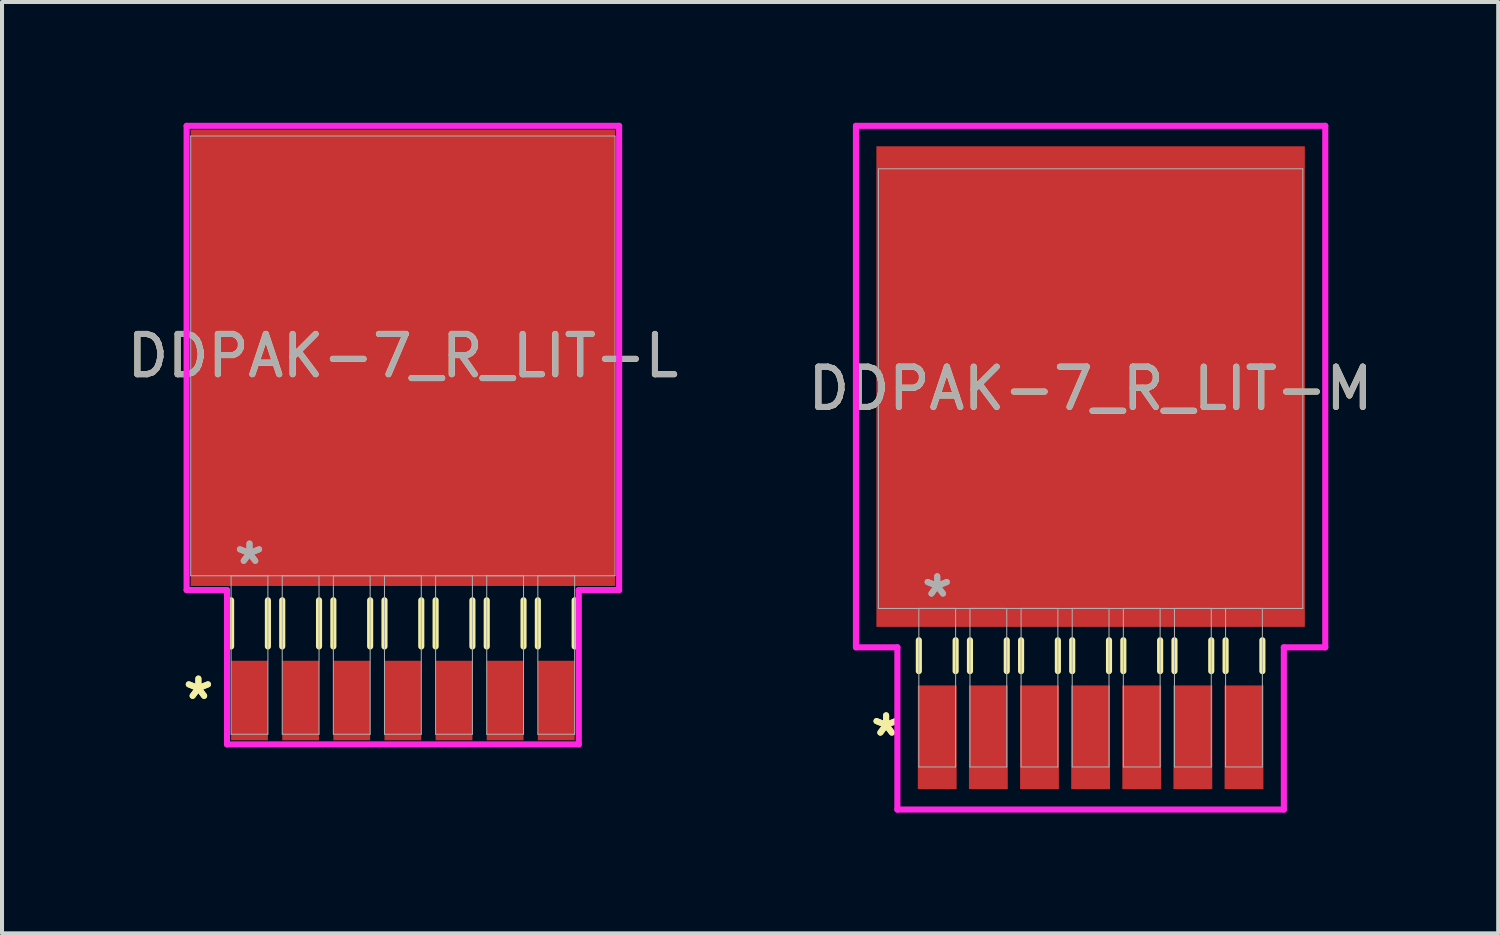
<source format=kicad_pcb>
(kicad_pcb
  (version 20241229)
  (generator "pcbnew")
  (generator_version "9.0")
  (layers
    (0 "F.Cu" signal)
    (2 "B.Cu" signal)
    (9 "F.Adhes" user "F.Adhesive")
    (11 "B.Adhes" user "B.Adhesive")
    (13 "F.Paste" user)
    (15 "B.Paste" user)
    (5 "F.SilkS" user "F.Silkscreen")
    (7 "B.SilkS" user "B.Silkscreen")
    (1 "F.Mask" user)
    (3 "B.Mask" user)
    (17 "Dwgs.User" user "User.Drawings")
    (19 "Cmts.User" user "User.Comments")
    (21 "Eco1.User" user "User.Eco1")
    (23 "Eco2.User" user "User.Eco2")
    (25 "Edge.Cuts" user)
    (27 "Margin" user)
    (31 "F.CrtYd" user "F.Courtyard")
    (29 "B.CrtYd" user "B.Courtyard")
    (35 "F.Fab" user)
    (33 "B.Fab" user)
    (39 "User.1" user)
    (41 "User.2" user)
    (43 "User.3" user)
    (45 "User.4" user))
  (footprint "DDPAK-7_R_LIT-L"
    (layer "F.Cu")
    (at 6.958 5.791)
    (property "Reference" "DDPAK-7_R_LIT-L" (at 0 0 0) (unlocked yes) (layer "F.SilkS") (effects (font (size 1 1) (thickness 0.15))))
    (attr smd)
    (fp_line (start -4.267 6.071) (end -4.267 7.218) (stroke (width 0.152) (type solid)) (layer "F.SilkS"))
    (fp_line (start -3.353 6.071) (end -3.353 7.218) (stroke (width 0.152) (type solid)) (layer "F.SilkS"))
    (fp_line (start -2.997 6.071) (end -2.997 7.218) (stroke (width 0.152) (type solid)) (layer "F.SilkS"))
    (fp_line (start -2.083 6.071) (end -2.083 7.218) (stroke (width 0.152) (type solid)) (layer "F.SilkS"))
    (fp_line (start -1.727 6.071) (end -1.727 7.218) (stroke (width 0.152) (type solid)) (layer "F.SilkS"))
    (fp_line (start -0.813 6.071) (end -0.813 7.218) (stroke (width 0.152) (type solid)) (layer "F.SilkS"))
    (fp_line (start -0.457 6.071) (end -0.457 7.218) (stroke (width 0.152) (type solid)) (layer "F.SilkS"))
    (fp_line (start 0.457 6.071) (end 0.457 7.218) (stroke (width 0.152) (type solid)) (layer "F.SilkS"))
    (fp_line (start 0.813 6.071) (end 0.813 7.218) (stroke (width 0.152) (type solid)) (layer "F.SilkS"))
    (fp_line (start 1.727 6.071) (end 1.727 7.218) (stroke (width 0.152) (type solid)) (layer "F.SilkS"))
    (fp_line (start 2.083 6.071) (end 2.083 7.218) (stroke (width 0.152) (type solid)) (layer "F.SilkS"))
    (fp_line (start 2.997 6.071) (end 2.997 7.218) (stroke (width 0.152) (type solid)) (layer "F.SilkS"))
    (fp_line (start 3.353 6.071) (end 3.353 7.218) (stroke (width 0.152) (type solid)) (layer "F.SilkS"))
    (fp_line (start 4.267 6.071) (end 4.267 7.218) (stroke (width 0.152) (type solid)) (layer "F.SilkS"))
    (fp_line (start -5.372 -5.715) (end 5.372 -5.715) (stroke (width 0.152) (type solid)) (layer "F.CrtYd"))
    (fp_line (start -5.372 5.817) (end -5.372 -5.715) (stroke (width 0.152) (type solid)) (layer "F.CrtYd"))
    (fp_line (start -4.369 5.817) (end -5.372 5.817) (stroke (width 0.152) (type solid)) (layer "F.CrtYd"))
    (fp_line (start -4.369 9.65) (end -4.369 5.817) (stroke (width 0.152) (type solid)) (layer "F.CrtYd"))
    (fp_line (start 4.369 5.817) (end 4.369 9.65) (stroke (width 0.152) (type solid)) (layer "F.CrtYd"))
    (fp_line (start 4.369 9.65) (end -4.369 9.65) (stroke (width 0.152) (type solid)) (layer "F.CrtYd"))
    (fp_line (start 5.372 -5.715) (end 5.372 5.817) (stroke (width 0.152) (type solid)) (layer "F.CrtYd"))
    (fp_line (start 5.372 5.817) (end 4.369 5.817) (stroke (width 0.152) (type solid)) (layer "F.CrtYd"))
    (fp_line (start -5.271 -5.461) (end -5.271 5.461) (stroke (width 0.025) (type solid)) (layer "F.Fab"))
    (fp_line (start -5.271 5.461) (end 5.271 5.461) (stroke (width 0.025) (type solid)) (layer "F.Fab"))
    (fp_line (start -4.267 5.461) (end -4.267 9.398) (stroke (width 0.025) (type solid)) (layer "F.Fab"))
    (fp_line (start -4.267 9.398) (end -3.353 9.398) (stroke (width 0.025) (type solid)) (layer "F.Fab"))
    (fp_line (start -3.353 5.461) (end -4.267 5.461) (stroke (width 0.025) (type solid)) (layer "F.Fab"))
    (fp_line (start -3.353 9.398) (end -3.353 5.461) (stroke (width 0.025) (type solid)) (layer "F.Fab"))
    (fp_line (start -2.997 5.461) (end -2.997 9.398) (stroke (width 0.025) (type solid)) (layer "F.Fab"))
    (fp_line (start -2.997 9.398) (end -2.083 9.398) (stroke (width 0.025) (type solid)) (layer "F.Fab"))
    (fp_line (start -2.083 5.461) (end -2.997 5.461) (stroke (width 0.025) (type solid)) (layer "F.Fab"))
    (fp_line (start -2.083 9.398) (end -2.083 5.461) (stroke (width 0.025) (type solid)) (layer "F.Fab"))
    (fp_line (start -1.727 5.461) (end -1.727 9.398) (stroke (width 0.025) (type solid)) (layer "F.Fab"))
    (fp_line (start -1.727 9.398) (end -0.813 9.398) (stroke (width 0.025) (type solid)) (layer "F.Fab"))
    (fp_line (start -0.813 5.461) (end -1.727 5.461) (stroke (width 0.025) (type solid)) (layer "F.Fab"))
    (fp_line (start -0.813 9.398) (end -0.813 5.461) (stroke (width 0.025) (type solid)) (layer "F.Fab"))
    (fp_line (start -0.457 5.461) (end -0.457 9.398) (stroke (width 0.025) (type solid)) (layer "F.Fab"))
    (fp_line (start -0.457 9.398) (end 0.457 9.398) (stroke (width 0.025) (type solid)) (layer "F.Fab"))
    (fp_line (start 0.457 5.461) (end -0.457 5.461) (stroke (width 0.025) (type solid)) (layer "F.Fab"))
    (fp_line (start 0.457 9.398) (end 0.457 5.461) (stroke (width 0.025) (type solid)) (layer "F.Fab"))
    (fp_line (start 0.813 5.461) (end 0.813 9.398) (stroke (width 0.025) (type solid)) (layer "F.Fab"))
    (fp_line (start 0.813 9.398) (end 1.727 9.398) (stroke (width 0.025) (type solid)) (layer "F.Fab"))
    (fp_line (start 1.727 5.461) (end 0.813 5.461) (stroke (width 0.025) (type solid)) (layer "F.Fab"))
    (fp_line (start 1.727 9.398) (end 1.727 5.461) (stroke (width 0.025) (type solid)) (layer "F.Fab"))
    (fp_line (start 2.083 5.461) (end 2.083 9.398) (stroke (width 0.025) (type solid)) (layer "F.Fab"))
    (fp_line (start 2.083 9.398) (end 2.997 9.398) (stroke (width 0.025) (type solid)) (layer "F.Fab"))
    (fp_line (start 2.997 5.461) (end 2.083 5.461) (stroke (width 0.025) (type solid)) (layer "F.Fab"))
    (fp_line (start 2.997 9.398) (end 2.997 5.461) (stroke (width 0.025) (type solid)) (layer "F.Fab"))
    (fp_line (start 3.353 5.461) (end 3.353 9.398) (stroke (width 0.025) (type solid)) (layer "F.Fab"))
    (fp_line (start 3.353 9.398) (end 4.267 9.398) (stroke (width 0.025) (type solid)) (layer "F.Fab"))
    (fp_line (start 4.267 5.461) (end 3.353 5.461) (stroke (width 0.025) (type solid)) (layer "F.Fab"))
    (fp_line (start 4.267 9.398) (end 4.267 5.461) (stroke (width 0.025) (type solid)) (layer "F.Fab"))
    (fp_line (start 5.271 -5.461) (end -5.271 -5.461) (stroke (width 0.025) (type solid)) (layer "F.Fab"))
    (fp_line (start 5.271 5.461) (end 5.271 -5.461) (stroke (width 0.025) (type solid)) (layer "F.Fab"))
    (fp_text user "*" (at -5.08 8.561 0) (unlocked yes) (layer "F.SilkS") (effects (font (size 1 1) (thickness 0.15))))
    (fp_text user "*" (at -5.08 8.561 0) (layer "F.SilkS") (effects (font (size 1 1) (thickness 0.15))))
    (fp_text user "*" (at -3.81 5.207 0) (layer "F.Fab") (effects (font (size 1 1) (thickness 0.15))))
    (fp_text user "*" (at -3.81 5.207 0) (unlocked yes) (layer "F.Fab") (effects (font (size 1 1) (thickness 0.15))))
    (fp_text user "${REFERENCE}" (at 0 0 0) (unlocked yes) (layer "F.Fab") (effects (font (size 1 1) (thickness 0.15))))
    (pad "1" smd rect (at -3.81 8.561) (size 0.914 1.975) (layers "F.Cu" "F.Mask" "F.Paste"))
    (pad "2" smd rect (at -2.54 8.561) (size 0.914 1.975) (layers "F.Cu" "F.Mask" "F.Paste"))
    (pad "3" smd rect (at -1.27 8.561) (size 0.914 1.975) (layers "F.Cu" "F.Mask" "F.Paste"))
    (pad "4" smd rect (at 0 8.561) (size 0.914 1.975) (layers "F.Cu" "F.Mask" "F.Paste"))
    (pad "5" smd rect (at 1.27 8.561) (size 0.914 1.975) (layers "F.Cu" "F.Mask" "F.Paste"))
    (pad "6" smd rect (at 2.54 8.561) (size 0.914 1.975) (layers "F.Cu" "F.Mask" "F.Paste"))
    (pad "7" smd rect (at 3.81 8.561) (size 0.914 1.975) (layers "F.Cu" "F.Mask" "F.Paste"))
    (pad "8" smd rect (at 0 0.051) (size 10.541 11.328) (layers "F.Cu" "F.Mask" "F.Paste")))
  (footprint "DDPAK-7_R_LIT-M"
    (layer "F.Cu")
    (at 24.042 6.604)
    (property "Reference" "DDPAK-7_R_LIT-M" (at 0 0 0) (unlocked yes) (layer "F.SilkS") (effects (font (size 1 1) (thickness 0.15))))
    (attr smd)
    (fp_line (start -4.267 6.251) (end -4.267 7.018) (stroke (width 0.152) (type solid)) (layer "F.SilkS"))
    (fp_line (start -3.353 6.251) (end -3.353 7.018) (stroke (width 0.152) (type solid)) (layer "F.SilkS"))
    (fp_line (start -2.997 6.251) (end -2.997 7.018) (stroke (width 0.152) (type solid)) (layer "F.SilkS"))
    (fp_line (start -2.083 6.251) (end -2.083 7.018) (stroke (width 0.152) (type solid)) (layer "F.SilkS"))
    (fp_line (start -1.727 6.251) (end -1.727 7.018) (stroke (width 0.152) (type solid)) (layer "F.SilkS"))
    (fp_line (start -0.813 6.251) (end -0.813 7.018) (stroke (width 0.152) (type solid)) (layer "F.SilkS"))
    (fp_line (start -0.457 6.251) (end -0.457 7.018) (stroke (width 0.152) (type solid)) (layer "F.SilkS"))
    (fp_line (start 0.457 6.251) (end 0.457 7.018) (stroke (width 0.152) (type solid)) (layer "F.SilkS"))
    (fp_line (start 0.813 6.251) (end 0.813 7.018) (stroke (width 0.152) (type solid)) (layer "F.SilkS"))
    (fp_line (start 1.727 6.251) (end 1.727 7.018) (stroke (width 0.152) (type solid)) (layer "F.SilkS"))
    (fp_line (start 2.083 6.251) (end 2.083 7.018) (stroke (width 0.152) (type solid)) (layer "F.SilkS"))
    (fp_line (start 2.997 6.251) (end 2.997 7.018) (stroke (width 0.152) (type solid)) (layer "F.SilkS"))
    (fp_line (start 3.353 6.251) (end 3.353 7.018) (stroke (width 0.152) (type solid)) (layer "F.SilkS"))
    (fp_line (start 4.267 6.251) (end 4.267 7.018) (stroke (width 0.152) (type solid)) (layer "F.SilkS"))
    (fp_line (start -5.829 -6.528) (end 5.829 -6.528) (stroke (width 0.152) (type solid)) (layer "F.CrtYd"))
    (fp_line (start -5.829 6.426) (end -5.829 -6.528) (stroke (width 0.152) (type solid)) (layer "F.CrtYd"))
    (fp_line (start -4.8 6.426) (end -5.829 6.426) (stroke (width 0.152) (type solid)) (layer "F.CrtYd"))
    (fp_line (start -4.8 10.456) (end -4.8 6.426) (stroke (width 0.152) (type solid)) (layer "F.CrtYd"))
    (fp_line (start 4.8 6.426) (end 4.8 10.456) (stroke (width 0.152) (type solid)) (layer "F.CrtYd"))
    (fp_line (start 4.8 10.456) (end -4.8 10.456) (stroke (width 0.152) (type solid)) (layer "F.CrtYd"))
    (fp_line (start 5.829 -6.528) (end 5.829 6.426) (stroke (width 0.152) (type solid)) (layer "F.CrtYd"))
    (fp_line (start 5.829 6.426) (end 4.8 6.426) (stroke (width 0.152) (type solid)) (layer "F.CrtYd"))
    (fp_line (start -5.271 -5.461) (end -5.271 5.461) (stroke (width 0.025) (type solid)) (layer "F.Fab"))
    (fp_line (start -5.271 5.461) (end 5.271 5.461) (stroke (width 0.025) (type solid)) (layer "F.Fab"))
    (fp_line (start -4.267 5.461) (end -4.267 9.398) (stroke (width 0.025) (type solid)) (layer "F.Fab"))
    (fp_line (start -4.267 9.398) (end -3.353 9.398) (stroke (width 0.025) (type solid)) (layer "F.Fab"))
    (fp_line (start -3.353 5.461) (end -4.267 5.461) (stroke (width 0.025) (type solid)) (layer "F.Fab"))
    (fp_line (start -3.353 9.398) (end -3.353 5.461) (stroke (width 0.025) (type solid)) (layer "F.Fab"))
    (fp_line (start -2.997 5.461) (end -2.997 9.398) (stroke (width 0.025) (type solid)) (layer "F.Fab"))
    (fp_line (start -2.997 9.398) (end -2.083 9.398) (stroke (width 0.025) (type solid)) (layer "F.Fab"))
    (fp_line (start -2.083 5.461) (end -2.997 5.461) (stroke (width 0.025) (type solid)) (layer "F.Fab"))
    (fp_line (start -2.083 9.398) (end -2.083 5.461) (stroke (width 0.025) (type solid)) (layer "F.Fab"))
    (fp_line (start -1.727 5.461) (end -1.727 9.398) (stroke (width 0.025) (type solid)) (layer "F.Fab"))
    (fp_line (start -1.727 9.398) (end -0.813 9.398) (stroke (width 0.025) (type solid)) (layer "F.Fab"))
    (fp_line (start -0.813 5.461) (end -1.727 5.461) (stroke (width 0.025) (type solid)) (layer "F.Fab"))
    (fp_line (start -0.813 9.398) (end -0.813 5.461) (stroke (width 0.025) (type solid)) (layer "F.Fab"))
    (fp_line (start -0.457 5.461) (end -0.457 9.398) (stroke (width 0.025) (type solid)) (layer "F.Fab"))
    (fp_line (start -0.457 9.398) (end 0.457 9.398) (stroke (width 0.025) (type solid)) (layer "F.Fab"))
    (fp_line (start 0.457 5.461) (end -0.457 5.461) (stroke (width 0.025) (type solid)) (layer "F.Fab"))
    (fp_line (start 0.457 9.398) (end 0.457 5.461) (stroke (width 0.025) (type solid)) (layer "F.Fab"))
    (fp_line (start 0.813 5.461) (end 0.813 9.398) (stroke (width 0.025) (type solid)) (layer "F.Fab"))
    (fp_line (start 0.813 9.398) (end 1.727 9.398) (stroke (width 0.025) (type solid)) (layer "F.Fab"))
    (fp_line (start 1.727 5.461) (end 0.813 5.461) (stroke (width 0.025) (type solid)) (layer "F.Fab"))
    (fp_line (start 1.727 9.398) (end 1.727 5.461) (stroke (width 0.025) (type solid)) (layer "F.Fab"))
    (fp_line (start 2.083 5.461) (end 2.083 9.398) (stroke (width 0.025) (type solid)) (layer "F.Fab"))
    (fp_line (start 2.083 9.398) (end 2.997 9.398) (stroke (width 0.025) (type solid)) (layer "F.Fab"))
    (fp_line (start 2.997 5.461) (end 2.083 5.461) (stroke (width 0.025) (type solid)) (layer "F.Fab"))
    (fp_line (start 2.997 9.398) (end 2.997 5.461) (stroke (width 0.025) (type solid)) (layer "F.Fab"))
    (fp_line (start 3.353 5.461) (end 3.353 9.398) (stroke (width 0.025) (type solid)) (layer "F.Fab"))
    (fp_line (start 3.353 9.398) (end 4.267 9.398) (stroke (width 0.025) (type solid)) (layer "F.Fab"))
    (fp_line (start 4.267 5.461) (end 3.353 5.461) (stroke (width 0.025) (type solid)) (layer "F.Fab"))
    (fp_line (start 4.267 9.398) (end 4.267 5.461) (stroke (width 0.025) (type solid)) (layer "F.Fab"))
    (fp_line (start 5.271 -5.461) (end -5.271 -5.461) (stroke (width 0.025) (type solid)) (layer "F.Fab"))
    (fp_line (start 5.271 5.461) (end 5.271 -5.461) (stroke (width 0.025) (type solid)) (layer "F.Fab"))
    (fp_text user "*" (at -5.08 8.661 0) (layer "F.SilkS") (effects (font (size 1 1) (thickness 0.15))))
    (fp_text user "*" (at -5.08 8.661 0) (unlocked yes) (layer "F.SilkS") (effects (font (size 1 1) (thickness 0.15))))
    (fp_text user "*" (at -3.81 5.207 0) (unlocked yes) (layer "F.Fab") (effects (font (size 1 1) (thickness 0.15))))
    (fp_text user "*" (at -3.81 5.207 0) (layer "F.Fab") (effects (font (size 1 1) (thickness 0.15))))
    (fp_text user "${REFERENCE}" (at 0 0 0) (unlocked yes) (layer "F.Fab") (effects (font (size 1 1) (thickness 0.15))))
    (pad "1" smd rect (at -3.81 8.661) (size 0.964 2.575) (layers "F.Cu" "F.Mask" "F.Paste"))
    (pad "2" smd rect (at -2.54 8.661) (size 0.964 2.575) (layers "F.Cu" "F.Mask" "F.Paste"))
    (pad "3" smd rect (at -1.27 8.661) (size 0.964 2.575) (layers "F.Cu" "F.Mask" "F.Paste"))
    (pad "4" smd rect (at 0 8.661) (size 0.964 2.575) (layers "F.Cu" "F.Mask" "F.Paste"))
    (pad "5" smd rect (at 1.27 8.661) (size 0.964 2.575) (layers "F.Cu" "F.Mask" "F.Paste"))
    (pad "6" smd rect (at 2.54 8.661) (size 0.964 2.575) (layers "F.Cu" "F.Mask" "F.Paste"))
    (pad "7" smd rect (at 3.81 8.661) (size 0.964 2.575) (layers "F.Cu" "F.Mask" "F.Paste"))
    (pad "8" smd rect (at 0 -0.051) (size 10.643 11.938) (layers "F.Cu" "F.Mask" "F.Paste")))
  (gr_rect
    (start -3 -3)
    (end 34.167 20.136)
    (stroke (width 0.1) (type default))
    (fill no)
    (layer "Edge.Cuts")))
</source>
